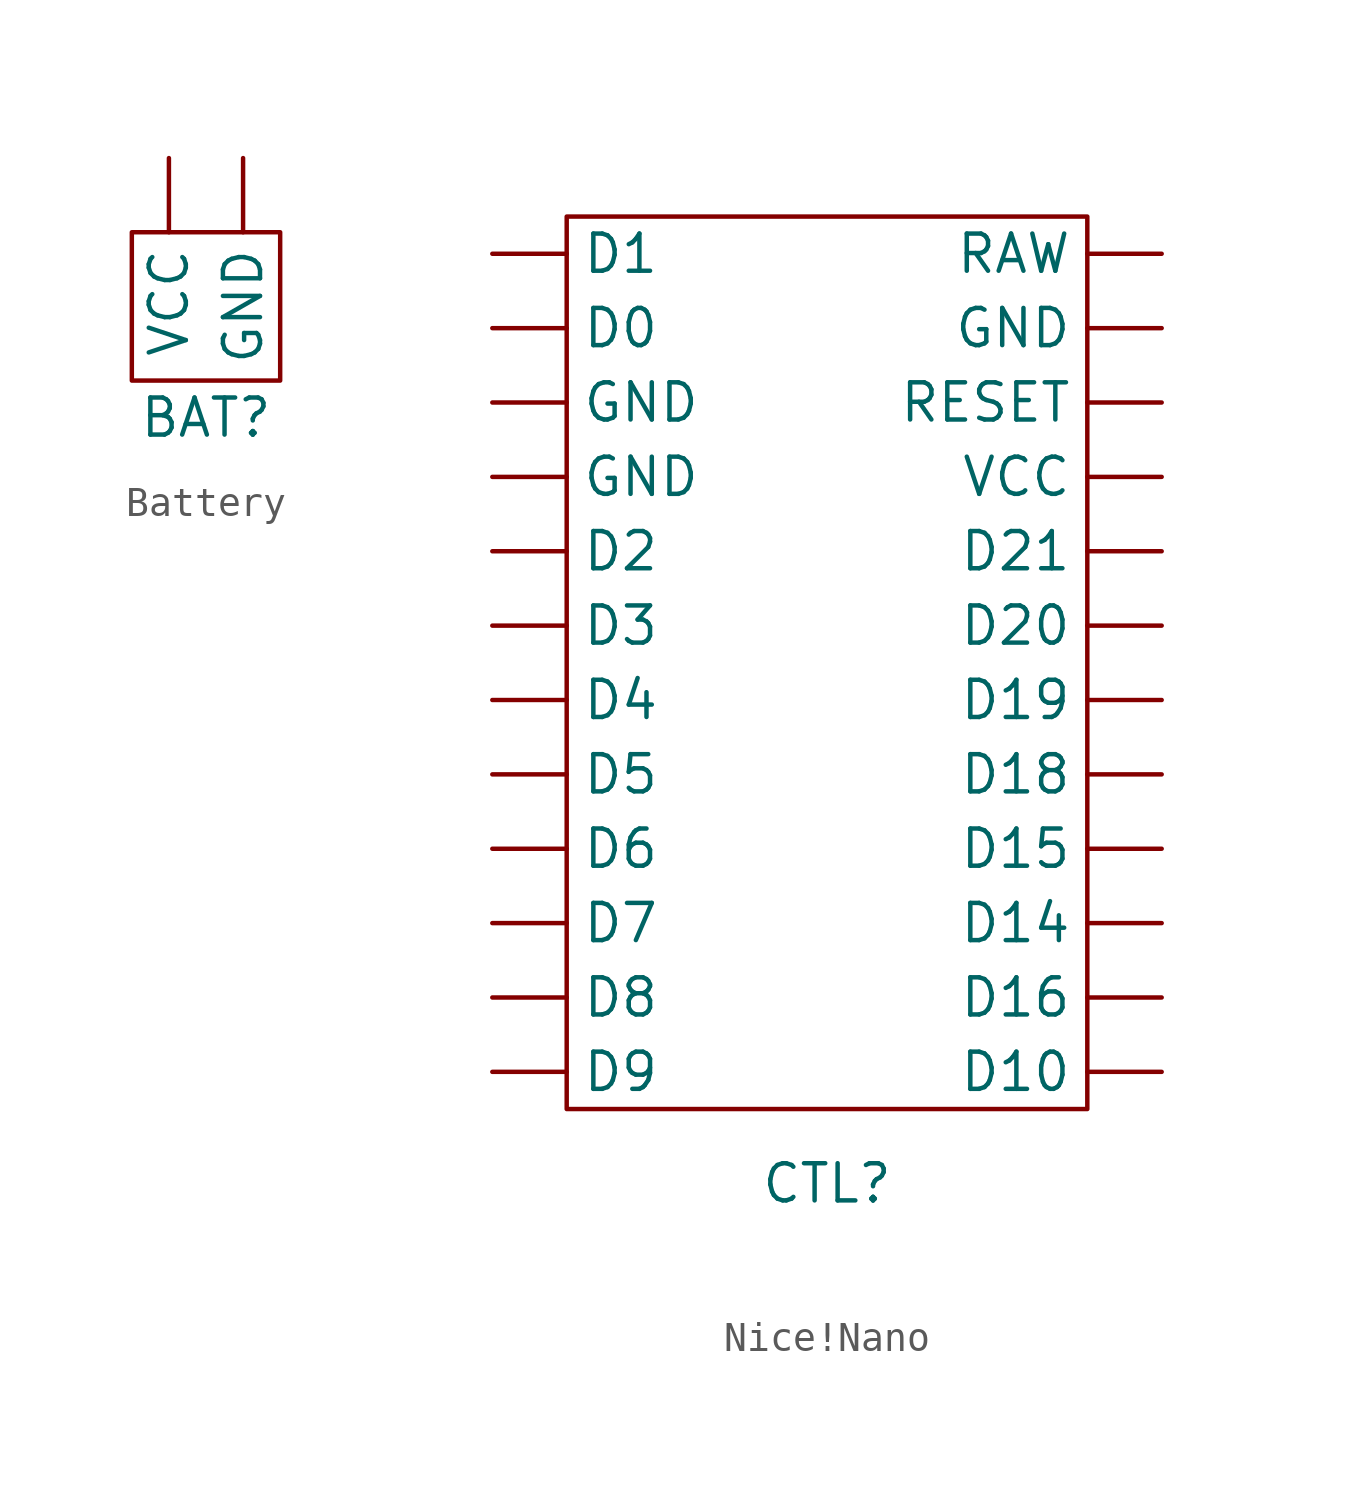
<source format=kicad_sym>
(kicad_symbol_lib
  (version 20241209)
  (generator "kicad_symbol_editor")
  (generator_version "9.0")
  (symbol "Battery"
    (property "Reference" "BAT"
      (at 0 0 0)
      (effects (font (size 1.27 1.27))))
    (property "Value" ""
      (at 0 0 0)
      (effects (font (size 1.27 1.27))))
    (symbol "Battery_0_1"
      (rectangle (start -2.54 6.35) (end 2.54 1.27) (stroke (width 0) (type default)) (fill (type none))))
    (symbol "Battery_1_1"
      (pin power_out line (at -1.27 8.89 270) (length 2.54) (name "VCC" (effects (font (size 1.27 1.27)))) (number "" (effects (font (size 1.27 1.27)))))
      (pin power_in line (at 1.27 8.89 270) (length 2.54) (name "GND" (effects (font (size 1.27 1.27)))) (number "" (effects (font (size 1.27 1.27)))))))
  (symbol "Nice!Nano"
    (property "Reference" "CTL"
      (at 0 0 0)
      (effects (font (size 1.27 1.27))))
    (property "Value" ""
      (at 0 0 0)
      (effects (font (size 1.27 1.27))))
    (symbol "Nice!Nano_0_1"
      (rectangle (start -8.89 33.02) (end 8.89 2.54) (stroke (width 0) (type default)) (fill (type none))))
    (symbol "Nice!Nano_1_1"
      (pin bidirectional line (at -11.43 31.75 0) (length 2.54) (name "D1" (effects (font (size 1.27 1.27)))) (number "" (effects (font (size 1.27 1.27)))))
      (pin bidirectional line (at -11.43 29.21 0) (length 2.54) (name "D0" (effects (font (size 1.27 1.27)))) (number "" (effects (font (size 1.27 1.27)))))
      (pin power_in line (at -11.43 26.67 0) (length 2.54) (name "GND" (effects (font (size 1.27 1.27)))) (number "" (effects (font (size 1.27 1.27)))))
      (pin power_in line (at -11.43 24.13 0) (length 2.54) (name "GND" (effects (font (size 1.27 1.27)))) (number "" (effects (font (size 1.27 1.27)))))
      (pin bidirectional line (at -11.43 21.59 0) (length 2.54) (name "D2" (effects (font (size 1.27 1.27)))) (number "" (effects (font (size 1.27 1.27)))))
      (pin bidirectional line (at -11.43 19.05 0) (length 2.54) (name "D3" (effects (font (size 1.27 1.27)))) (number "" (effects (font (size 1.27 1.27)))))
      (pin bidirectional line (at -11.43 16.51 0) (length 2.54) (name "D4" (effects (font (size 1.27 1.27)))) (number "" (effects (font (size 1.27 1.27)))))
      (pin bidirectional line (at -11.43 13.97 0) (length 2.54) (name "D5" (effects (font (size 1.27 1.27)))) (number "" (effects (font (size 1.27 1.27)))))
      (pin bidirectional line (at -11.43 11.43 0) (length 2.54) (name "D6" (effects (font (size 1.27 1.27)))) (number "" (effects (font (size 1.27 1.27)))))
      (pin bidirectional line (at -11.43 8.89 0) (length 2.54) (name "D7" (effects (font (size 1.27 1.27)))) (number "" (effects (font (size 1.27 1.27)))))
      (pin bidirectional line (at -11.43 6.35 0) (length 2.54) (name "D8" (effects (font (size 1.27 1.27)))) (number "" (effects (font (size 1.27 1.27)))))
      (pin bidirectional line (at -11.43 3.81 0) (length 2.54) (name "D9" (effects (font (size 1.27 1.27)))) (number "" (effects (font (size 1.27 1.27)))))
      (pin power_out line (at 11.43 31.75 180) (length 2.54) (name "RAW" (effects (font (size 1.27 1.27)))) (number "" (effects (font (size 1.27 1.27)))))
      (pin power_in line (at 11.43 29.21 180) (length 2.54) (name "GND" (effects (font (size 1.27 1.27)))) (number "" (effects (font (size 1.27 1.27)))))
      (pin input line (at 11.43 26.67 180) (length 2.54) (name "RESET" (effects (font (size 1.27 1.27)))) (number "" (effects (font (size 1.27 1.27)))))
      (pin power_out line (at 11.43 24.13 180) (length 2.54) (name "VCC" (effects (font (size 1.27 1.27)))) (number "" (effects (font (size 1.27 1.27)))))
      (pin bidirectional line (at 11.43 21.59 180) (length 2.54) (name "D21" (effects (font (size 1.27 1.27)))) (number "" (effects (font (size 1.27 1.27)))))
      (pin bidirectional line (at 11.43 19.05 180) (length 2.54) (name "D20" (effects (font (size 1.27 1.27)))) (number "" (effects (font (size 1.27 1.27)))))
      (pin bidirectional line (at 11.43 16.51 180) (length 2.54) (name "D19" (effects (font (size 1.27 1.27)))) (number "" (effects (font (size 1.27 1.27)))))
      (pin bidirectional line (at 11.43 13.97 180) (length 2.54) (name "D18" (effects (font (size 1.27 1.27)))) (number "" (effects (font (size 1.27 1.27)))))
      (pin bidirectional line (at 11.43 11.43 180) (length 2.54) (name "D15" (effects (font (size 1.27 1.27)))) (number "" (effects (font (size 1.27 1.27)))))
      (pin bidirectional line (at 11.43 8.89 180) (length 2.54) (name "D14" (effects (font (size 1.27 1.27)))) (number "" (effects (font (size 1.27 1.27)))))
      (pin bidirectional line (at 11.43 6.35 180) (length 2.54) (name "D16" (effects (font (size 1.27 1.27)))) (number "" (effects (font (size 1.27 1.27)))))
      (pin bidirectional line (at 11.43 3.81 180) (length 2.54) (name "D10" (effects (font (size 1.27 1.27)))) (number "" (effects (font (size 1.27 1.27))))))))
</source>
